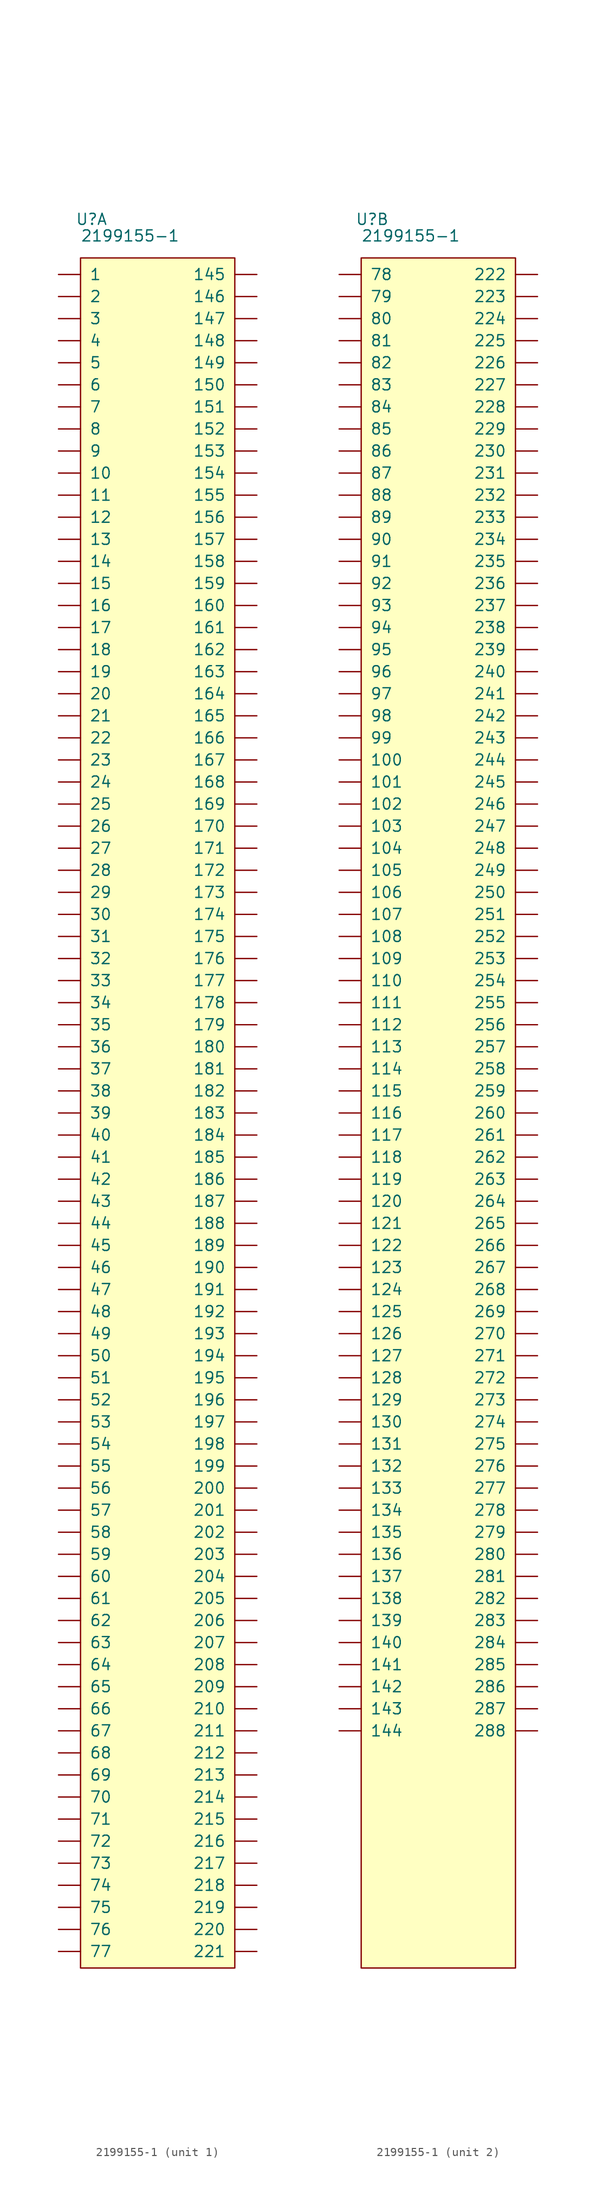
<source format=kicad_sym>
(kicad_symbol_lib
  (version 20211014)
  (generator kicad_symbol_editor)
  (symbol "2199155-1"
    (pin_numbers hide)
    (pin_names
      (offset 1.016))
    (property "Reference" "U"
      (at 7.62 200.66 0)
      (effects (font (size 1.27 1.27))))
    (property "Value" "2199155-1"
      (at 12.065 198.755 0)
      (effects (font (size 1.27 1.27))))
    (symbol "2199155-1_0_1"
      (rectangle (start 6.35 196.215) (end 24.13 -0.635) (stroke (width 0) (type default) (color 0 0 0 0)) (fill (type background))))
    (symbol "2199155-1_1_1"
      (pin input line (at 3.81 194.31 0) (length 2.54) (name "1" (effects (font (size 1.27 1.27)))) (number "1" (effects (font (size 1.27 1.27)))))
      (pin input line (at 3.81 171.45 0) (length 2.54) (name "10" (effects (font (size 1.27 1.27)))) (number "10" (effects (font (size 1.27 1.27)))))
      (pin input line (at 3.81 168.91 0) (length 2.54) (name "11" (effects (font (size 1.27 1.27)))) (number "11" (effects (font (size 1.27 1.27)))))
      (pin input line (at 3.81 166.37 0) (length 2.54) (name "12" (effects (font (size 1.27 1.27)))) (number "12" (effects (font (size 1.27 1.27)))))
      (pin input line (at 3.81 163.83 0) (length 2.54) (name "13" (effects (font (size 1.27 1.27)))) (number "13" (effects (font (size 1.27 1.27)))))
      (pin input line (at 3.81 161.29 0) (length 2.54) (name "14" (effects (font (size 1.27 1.27)))) (number "14" (effects (font (size 1.27 1.27)))))
      (pin input line (at 26.67 194.31 180) (length 2.54) (name "145" (effects (font (size 1.27 1.27)))) (number "145" (effects (font (size 1.27 1.27)))))
      (pin input line (at 26.67 191.77 180) (length 2.54) (name "146" (effects (font (size 1.27 1.27)))) (number "146" (effects (font (size 1.27 1.27)))))
      (pin input line (at 26.67 189.23 180) (length 2.54) (name "147" (effects (font (size 1.27 1.27)))) (number "147" (effects (font (size 1.27 1.27)))))
      (pin input line (at 26.67 186.69 180) (length 2.54) (name "148" (effects (font (size 1.27 1.27)))) (number "148" (effects (font (size 1.27 1.27)))))
      (pin input line (at 26.67 184.15 180) (length 2.54) (name "149" (effects (font (size 1.27 1.27)))) (number "149" (effects (font (size 1.27 1.27)))))
      (pin input line (at 3.81 158.75 0) (length 2.54) (name "15" (effects (font (size 1.27 1.27)))) (number "15" (effects (font (size 1.27 1.27)))))
      (pin input line (at 26.67 181.61 180) (length 2.54) (name "150" (effects (font (size 1.27 1.27)))) (number "150" (effects (font (size 1.27 1.27)))))
      (pin input line (at 26.67 179.07 180) (length 2.54) (name "151" (effects (font (size 1.27 1.27)))) (number "151" (effects (font (size 1.27 1.27)))))
      (pin input line (at 26.67 176.53 180) (length 2.54) (name "152" (effects (font (size 1.27 1.27)))) (number "152" (effects (font (size 1.27 1.27)))))
      (pin input line (at 26.67 173.99 180) (length 2.54) (name "153" (effects (font (size 1.27 1.27)))) (number "153" (effects (font (size 1.27 1.27)))))
      (pin input line (at 26.67 171.45 180) (length 2.54) (name "154" (effects (font (size 1.27 1.27)))) (number "154" (effects (font (size 1.27 1.27)))))
      (pin input line (at 26.67 168.91 180) (length 2.54) (name "155" (effects (font (size 1.27 1.27)))) (number "155" (effects (font (size 1.27 1.27)))))
      (pin input line (at 26.67 166.37 180) (length 2.54) (name "156" (effects (font (size 1.27 1.27)))) (number "156" (effects (font (size 1.27 1.27)))))
      (pin input line (at 26.67 163.83 180) (length 2.54) (name "157" (effects (font (size 1.27 1.27)))) (number "157" (effects (font (size 1.27 1.27)))))
      (pin input line (at 26.67 161.29 180) (length 2.54) (name "158" (effects (font (size 1.27 1.27)))) (number "158" (effects (font (size 1.27 1.27)))))
      (pin input line (at 26.67 158.75 180) (length 2.54) (name "159" (effects (font (size 1.27 1.27)))) (number "159" (effects (font (size 1.27 1.27)))))
      (pin input line (at 3.81 156.21 0) (length 2.54) (name "16" (effects (font (size 1.27 1.27)))) (number "16" (effects (font (size 1.27 1.27)))))
      (pin input line (at 26.67 156.21 180) (length 2.54) (name "160" (effects (font (size 1.27 1.27)))) (number "160" (effects (font (size 1.27 1.27)))))
      (pin input line (at 26.67 153.67 180) (length 2.54) (name "161" (effects (font (size 1.27 1.27)))) (number "161" (effects (font (size 1.27 1.27)))))
      (pin input line (at 26.67 151.13 180) (length 2.54) (name "162" (effects (font (size 1.27 1.27)))) (number "162" (effects (font (size 1.27 1.27)))))
      (pin input line (at 26.67 148.59 180) (length 2.54) (name "163" (effects (font (size 1.27 1.27)))) (number "163" (effects (font (size 1.27 1.27)))))
      (pin input line (at 26.67 146.05 180) (length 2.54) (name "164" (effects (font (size 1.27 1.27)))) (number "164" (effects (font (size 1.27 1.27)))))
      (pin input line (at 26.67 143.51 180) (length 2.54) (name "165" (effects (font (size 1.27 1.27)))) (number "165" (effects (font (size 1.27 1.27)))))
      (pin input line (at 26.67 140.97 180) (length 2.54) (name "166" (effects (font (size 1.27 1.27)))) (number "166" (effects (font (size 1.27 1.27)))))
      (pin input line (at 26.67 138.43 180) (length 2.54) (name "167" (effects (font (size 1.27 1.27)))) (number "167" (effects (font (size 1.27 1.27)))))
      (pin input line (at 26.67 135.89 180) (length 2.54) (name "168" (effects (font (size 1.27 1.27)))) (number "168" (effects (font (size 1.27 1.27)))))
      (pin input line (at 26.67 133.35 180) (length 2.54) (name "169" (effects (font (size 1.27 1.27)))) (number "169" (effects (font (size 1.27 1.27)))))
      (pin input line (at 3.81 153.67 0) (length 2.54) (name "17" (effects (font (size 1.27 1.27)))) (number "17" (effects (font (size 1.27 1.27)))))
      (pin input line (at 26.67 130.81 180) (length 2.54) (name "170" (effects (font (size 1.27 1.27)))) (number "170" (effects (font (size 1.27 1.27)))))
      (pin input line (at 26.67 128.27 180) (length 2.54) (name "171" (effects (font (size 1.27 1.27)))) (number "171" (effects (font (size 1.27 1.27)))))
      (pin input line (at 26.67 125.73 180) (length 2.54) (name "172" (effects (font (size 1.27 1.27)))) (number "172" (effects (font (size 1.27 1.27)))))
      (pin input line (at 26.67 123.19 180) (length 2.54) (name "173" (effects (font (size 1.27 1.27)))) (number "173" (effects (font (size 1.27 1.27)))))
      (pin input line (at 26.67 120.65 180) (length 2.54) (name "174" (effects (font (size 1.27 1.27)))) (number "174" (effects (font (size 1.27 1.27)))))
      (pin input line (at 26.67 118.11 180) (length 2.54) (name "175" (effects (font (size 1.27 1.27)))) (number "175" (effects (font (size 1.27 1.27)))))
      (pin input line (at 26.67 115.57 180) (length 2.54) (name "176" (effects (font (size 1.27 1.27)))) (number "176" (effects (font (size 1.27 1.27)))))
      (pin input line (at 26.67 113.03 180) (length 2.54) (name "177" (effects (font (size 1.27 1.27)))) (number "177" (effects (font (size 1.27 1.27)))))
      (pin input line (at 26.67 110.49 180) (length 2.54) (name "178" (effects (font (size 1.27 1.27)))) (number "178" (effects (font (size 1.27 1.27)))))
      (pin input line (at 26.67 107.95 180) (length 2.54) (name "179" (effects (font (size 1.27 1.27)))) (number "179" (effects (font (size 1.27 1.27)))))
      (pin input line (at 3.81 151.13 0) (length 2.54) (name "18" (effects (font (size 1.27 1.27)))) (number "18" (effects (font (size 1.27 1.27)))))
      (pin input line (at 26.67 105.41 180) (length 2.54) (name "180" (effects (font (size 1.27 1.27)))) (number "180" (effects (font (size 1.27 1.27)))))
      (pin input line (at 26.67 102.87 180) (length 2.54) (name "181" (effects (font (size 1.27 1.27)))) (number "181" (effects (font (size 1.27 1.27)))))
      (pin input line (at 26.67 100.33 180) (length 2.54) (name "182" (effects (font (size 1.27 1.27)))) (number "182" (effects (font (size 1.27 1.27)))))
      (pin input line (at 26.67 97.79 180) (length 2.54) (name "183" (effects (font (size 1.27 1.27)))) (number "183" (effects (font (size 1.27 1.27)))))
      (pin input line (at 26.67 95.25 180) (length 2.54) (name "184" (effects (font (size 1.27 1.27)))) (number "184" (effects (font (size 1.27 1.27)))))
      (pin input line (at 26.67 92.71 180) (length 2.54) (name "185" (effects (font (size 1.27 1.27)))) (number "185" (effects (font (size 1.27 1.27)))))
      (pin input line (at 26.67 90.17 180) (length 2.54) (name "186" (effects (font (size 1.27 1.27)))) (number "186" (effects (font (size 1.27 1.27)))))
      (pin input line (at 26.67 87.63 180) (length 2.54) (name "187" (effects (font (size 1.27 1.27)))) (number "187" (effects (font (size 1.27 1.27)))))
      (pin input line (at 26.67 85.09 180) (length 2.54) (name "188" (effects (font (size 1.27 1.27)))) (number "188" (effects (font (size 1.27 1.27)))))
      (pin input line (at 26.67 82.55 180) (length 2.54) (name "189" (effects (font (size 1.27 1.27)))) (number "189" (effects (font (size 1.27 1.27)))))
      (pin input line (at 3.81 148.59 0) (length 2.54) (name "19" (effects (font (size 1.27 1.27)))) (number "19" (effects (font (size 1.27 1.27)))))
      (pin input line (at 26.67 80.01 180) (length 2.54) (name "190" (effects (font (size 1.27 1.27)))) (number "190" (effects (font (size 1.27 1.27)))))
      (pin input line (at 26.67 77.47 180) (length 2.54) (name "191" (effects (font (size 1.27 1.27)))) (number "191" (effects (font (size 1.27 1.27)))))
      (pin input line (at 26.67 74.93 180) (length 2.54) (name "192" (effects (font (size 1.27 1.27)))) (number "192" (effects (font (size 1.27 1.27)))))
      (pin input line (at 26.67 72.39 180) (length 2.54) (name "193" (effects (font (size 1.27 1.27)))) (number "193" (effects (font (size 1.27 1.27)))))
      (pin input line (at 26.67 69.85 180) (length 2.54) (name "194" (effects (font (size 1.27 1.27)))) (number "194" (effects (font (size 1.27 1.27)))))
      (pin input line (at 26.67 67.31 180) (length 2.54) (name "195" (effects (font (size 1.27 1.27)))) (number "195" (effects (font (size 1.27 1.27)))))
      (pin input line (at 26.67 64.77 180) (length 2.54) (name "196" (effects (font (size 1.27 1.27)))) (number "196" (effects (font (size 1.27 1.27)))))
      (pin input line (at 26.67 62.23 180) (length 2.54) (name "197" (effects (font (size 1.27 1.27)))) (number "197" (effects (font (size 1.27 1.27)))))
      (pin input line (at 26.67 59.69 180) (length 2.54) (name "198" (effects (font (size 1.27 1.27)))) (number "198" (effects (font (size 1.27 1.27)))))
      (pin input line (at 26.67 57.15 180) (length 2.54) (name "199" (effects (font (size 1.27 1.27)))) (number "199" (effects (font (size 1.27 1.27)))))
      (pin input line (at 3.81 191.77 0) (length 2.54) (name "2" (effects (font (size 1.27 1.27)))) (number "2" (effects (font (size 1.27 1.27)))))
      (pin input line (at 3.81 146.05 0) (length 2.54) (name "20" (effects (font (size 1.27 1.27)))) (number "20" (effects (font (size 1.27 1.27)))))
      (pin input line (at 26.67 54.61 180) (length 2.54) (name "200" (effects (font (size 1.27 1.27)))) (number "200" (effects (font (size 1.27 1.27)))))
      (pin input line (at 26.67 52.07 180) (length 2.54) (name "201" (effects (font (size 1.27 1.27)))) (number "201" (effects (font (size 1.27 1.27)))))
      (pin input line (at 26.67 49.53 180) (length 2.54) (name "202" (effects (font (size 1.27 1.27)))) (number "202" (effects (font (size 1.27 1.27)))))
      (pin input line (at 26.67 46.99 180) (length 2.54) (name "203" (effects (font (size 1.27 1.27)))) (number "203" (effects (font (size 1.27 1.27)))))
      (pin input line (at 26.67 44.45 180) (length 2.54) (name "204" (effects (font (size 1.27 1.27)))) (number "204" (effects (font (size 1.27 1.27)))))
      (pin input line (at 26.67 41.91 180) (length 2.54) (name "205" (effects (font (size 1.27 1.27)))) (number "205" (effects (font (size 1.27 1.27)))))
      (pin input line (at 26.67 39.37 180) (length 2.54) (name "206" (effects (font (size 1.27 1.27)))) (number "206" (effects (font (size 1.27 1.27)))))
      (pin input line (at 26.67 36.83 180) (length 2.54) (name "207" (effects (font (size 1.27 1.27)))) (number "207" (effects (font (size 1.27 1.27)))))
      (pin input line (at 26.67 34.29 180) (length 2.54) (name "208" (effects (font (size 1.27 1.27)))) (number "208" (effects (font (size 1.27 1.27)))))
      (pin input line (at 26.67 31.75 180) (length 2.54) (name "209" (effects (font (size 1.27 1.27)))) (number "209" (effects (font (size 1.27 1.27)))))
      (pin input line (at 3.81 143.51 0) (length 2.54) (name "21" (effects (font (size 1.27 1.27)))) (number "21" (effects (font (size 1.27 1.27)))))
      (pin input line (at 26.67 29.21 180) (length 2.54) (name "210" (effects (font (size 1.27 1.27)))) (number "210" (effects (font (size 1.27 1.27)))))
      (pin input line (at 26.67 26.67 180) (length 2.54) (name "211" (effects (font (size 1.27 1.27)))) (number "211" (effects (font (size 1.27 1.27)))))
      (pin input line (at 26.67 24.13 180) (length 2.54) (name "212" (effects (font (size 1.27 1.27)))) (number "212" (effects (font (size 1.27 1.27)))))
      (pin input line (at 26.67 21.59 180) (length 2.54) (name "213" (effects (font (size 1.27 1.27)))) (number "213" (effects (font (size 1.27 1.27)))))
      (pin input line (at 26.67 19.05 180) (length 2.54) (name "214" (effects (font (size 1.27 1.27)))) (number "214" (effects (font (size 1.27 1.27)))))
      (pin input line (at 26.67 16.51 180) (length 2.54) (name "215" (effects (font (size 1.27 1.27)))) (number "215" (effects (font (size 1.27 1.27)))))
      (pin input line (at 26.67 13.97 180) (length 2.54) (name "216" (effects (font (size 1.27 1.27)))) (number "216" (effects (font (size 1.27 1.27)))))
      (pin input line (at 26.67 11.43 180) (length 2.54) (name "217" (effects (font (size 1.27 1.27)))) (number "217" (effects (font (size 1.27 1.27)))))
      (pin input line (at 26.67 8.89 180) (length 2.54) (name "218" (effects (font (size 1.27 1.27)))) (number "218" (effects (font (size 1.27 1.27)))))
      (pin input line (at 26.67 6.35 180) (length 2.54) (name "219" (effects (font (size 1.27 1.27)))) (number "219" (effects (font (size 1.27 1.27)))))
      (pin input line (at 3.81 140.97 0) (length 2.54) (name "22" (effects (font (size 1.27 1.27)))) (number "22" (effects (font (size 1.27 1.27)))))
      (pin input line (at 26.67 3.81 180) (length 2.54) (name "220" (effects (font (size 1.27 1.27)))) (number "220" (effects (font (size 1.27 1.27)))))
      (pin input line (at 26.67 1.27 180) (length 2.54) (name "221" (effects (font (size 1.27 1.27)))) (number "221" (effects (font (size 1.27 1.27)))))
      (pin input line (at 3.81 138.43 0) (length 2.54) (name "23" (effects (font (size 1.27 1.27)))) (number "23" (effects (font (size 1.27 1.27)))))
      (pin input line (at 3.81 135.89 0) (length 2.54) (name "24" (effects (font (size 1.27 1.27)))) (number "24" (effects (font (size 1.27 1.27)))))
      (pin input line (at 3.81 133.35 0) (length 2.54) (name "25" (effects (font (size 1.27 1.27)))) (number "25" (effects (font (size 1.27 1.27)))))
      (pin input line (at 3.81 130.81 0) (length 2.54) (name "26" (effects (font (size 1.27 1.27)))) (number "26" (effects (font (size 1.27 1.27)))))
      (pin input line (at 3.81 128.27 0) (length 2.54) (name "27" (effects (font (size 1.27 1.27)))) (number "27" (effects (font (size 1.27 1.27)))))
      (pin input line (at 3.81 125.73 0) (length 2.54) (name "28" (effects (font (size 1.27 1.27)))) (number "28" (effects (font (size 1.27 1.27)))))
      (pin input line (at 3.81 123.19 0) (length 2.54) (name "29" (effects (font (size 1.27 1.27)))) (number "29" (effects (font (size 1.27 1.27)))))
      (pin input line (at 3.81 189.23 0) (length 2.54) (name "3" (effects (font (size 1.27 1.27)))) (number "3" (effects (font (size 1.27 1.27)))))
      (pin input line (at 3.81 120.65 0) (length 2.54) (name "30" (effects (font (size 1.27 1.27)))) (number "30" (effects (font (size 1.27 1.27)))))
      (pin input line (at 3.81 118.11 0) (length 2.54) (name "31" (effects (font (size 1.27 1.27)))) (number "31" (effects (font (size 1.27 1.27)))))
      (pin input line (at 3.81 115.57 0) (length 2.54) (name "32" (effects (font (size 1.27 1.27)))) (number "32" (effects (font (size 1.27 1.27)))))
      (pin input line (at 3.81 113.03 0) (length 2.54) (name "33" (effects (font (size 1.27 1.27)))) (number "33" (effects (font (size 1.27 1.27)))))
      (pin input line (at 3.81 110.49 0) (length 2.54) (name "34" (effects (font (size 1.27 1.27)))) (number "34" (effects (font (size 1.27 1.27)))))
      (pin input line (at 3.81 107.95 0) (length 2.54) (name "35" (effects (font (size 1.27 1.27)))) (number "35" (effects (font (size 1.27 1.27)))))
      (pin input line (at 3.81 105.41 0) (length 2.54) (name "36" (effects (font (size 1.27 1.27)))) (number "36" (effects (font (size 1.27 1.27)))))
      (pin input line (at 3.81 102.87 0) (length 2.54) (name "37" (effects (font (size 1.27 1.27)))) (number "37" (effects (font (size 1.27 1.27)))))
      (pin input line (at 3.81 100.33 0) (length 2.54) (name "38" (effects (font (size 1.27 1.27)))) (number "38" (effects (font (size 1.27 1.27)))))
      (pin input line (at 3.81 97.79 0) (length 2.54) (name "39" (effects (font (size 1.27 1.27)))) (number "39" (effects (font (size 1.27 1.27)))))
      (pin input line (at 3.81 186.69 0) (length 2.54) (name "4" (effects (font (size 1.27 1.27)))) (number "4" (effects (font (size 1.27 1.27)))))
      (pin input line (at 3.81 95.25 0) (length 2.54) (name "40" (effects (font (size 1.27 1.27)))) (number "40" (effects (font (size 1.27 1.27)))))
      (pin input line (at 3.81 92.71 0) (length 2.54) (name "41" (effects (font (size 1.27 1.27)))) (number "41" (effects (font (size 1.27 1.27)))))
      (pin input line (at 3.81 90.17 0) (length 2.54) (name "42" (effects (font (size 1.27 1.27)))) (number "42" (effects (font (size 1.27 1.27)))))
      (pin input line (at 3.81 87.63 0) (length 2.54) (name "43" (effects (font (size 1.27 1.27)))) (number "43" (effects (font (size 1.27 1.27)))))
      (pin input line (at 3.81 85.09 0) (length 2.54) (name "44" (effects (font (size 1.27 1.27)))) (number "44" (effects (font (size 1.27 1.27)))))
      (pin input line (at 3.81 82.55 0) (length 2.54) (name "45" (effects (font (size 1.27 1.27)))) (number "45" (effects (font (size 1.27 1.27)))))
      (pin input line (at 3.81 80.01 0) (length 2.54) (name "46" (effects (font (size 1.27 1.27)))) (number "46" (effects (font (size 1.27 1.27)))))
      (pin input line (at 3.81 77.47 0) (length 2.54) (name "47" (effects (font (size 1.27 1.27)))) (number "47" (effects (font (size 1.27 1.27)))))
      (pin input line (at 3.81 74.93 0) (length 2.54) (name "48" (effects (font (size 1.27 1.27)))) (number "48" (effects (font (size 1.27 1.27)))))
      (pin input line (at 3.81 72.39 0) (length 2.54) (name "49" (effects (font (size 1.27 1.27)))) (number "49" (effects (font (size 1.27 1.27)))))
      (pin input line (at 3.81 184.15 0) (length 2.54) (name "5" (effects (font (size 1.27 1.27)))) (number "5" (effects (font (size 1.27 1.27)))))
      (pin input line (at 3.81 69.85 0) (length 2.54) (name "50" (effects (font (size 1.27 1.27)))) (number "50" (effects (font (size 1.27 1.27)))))
      (pin input line (at 3.81 67.31 0) (length 2.54) (name "51" (effects (font (size 1.27 1.27)))) (number "51" (effects (font (size 1.27 1.27)))))
      (pin input line (at 3.81 64.77 0) (length 2.54) (name "52" (effects (font (size 1.27 1.27)))) (number "52" (effects (font (size 1.27 1.27)))))
      (pin input line (at 3.81 62.23 0) (length 2.54) (name "53" (effects (font (size 1.27 1.27)))) (number "53" (effects (font (size 1.27 1.27)))))
      (pin input line (at 3.81 59.69 0) (length 2.54) (name "54" (effects (font (size 1.27 1.27)))) (number "54" (effects (font (size 1.27 1.27)))))
      (pin input line (at 3.81 57.15 0) (length 2.54) (name "55" (effects (font (size 1.27 1.27)))) (number "55" (effects (font (size 1.27 1.27)))))
      (pin input line (at 3.81 54.61 0) (length 2.54) (name "56" (effects (font (size 1.27 1.27)))) (number "56" (effects (font (size 1.27 1.27)))))
      (pin input line (at 3.81 52.07 0) (length 2.54) (name "57" (effects (font (size 1.27 1.27)))) (number "57" (effects (font (size 1.27 1.27)))))
      (pin input line (at 3.81 49.53 0) (length 2.54) (name "58" (effects (font (size 1.27 1.27)))) (number "58" (effects (font (size 1.27 1.27)))))
      (pin input line (at 3.81 46.99 0) (length 2.54) (name "59" (effects (font (size 1.27 1.27)))) (number "59" (effects (font (size 1.27 1.27)))))
      (pin input line (at 3.81 181.61 0) (length 2.54) (name "6" (effects (font (size 1.27 1.27)))) (number "6" (effects (font (size 1.27 1.27)))))
      (pin input line (at 3.81 44.45 0) (length 2.54) (name "60" (effects (font (size 1.27 1.27)))) (number "60" (effects (font (size 1.27 1.27)))))
      (pin input line (at 3.81 41.91 0) (length 2.54) (name "61" (effects (font (size 1.27 1.27)))) (number "61" (effects (font (size 1.27 1.27)))))
      (pin input line (at 3.81 39.37 0) (length 2.54) (name "62" (effects (font (size 1.27 1.27)))) (number "62" (effects (font (size 1.27 1.27)))))
      (pin input line (at 3.81 36.83 0) (length 2.54) (name "63" (effects (font (size 1.27 1.27)))) (number "63" (effects (font (size 1.27 1.27)))))
      (pin input line (at 3.81 34.29 0) (length 2.54) (name "64" (effects (font (size 1.27 1.27)))) (number "64" (effects (font (size 1.27 1.27)))))
      (pin input line (at 3.81 31.75 0) (length 2.54) (name "65" (effects (font (size 1.27 1.27)))) (number "65" (effects (font (size 1.27 1.27)))))
      (pin input line (at 3.81 29.21 0) (length 2.54) (name "66" (effects (font (size 1.27 1.27)))) (number "66" (effects (font (size 1.27 1.27)))))
      (pin input line (at 3.81 26.67 0) (length 2.54) (name "67" (effects (font (size 1.27 1.27)))) (number "67" (effects (font (size 1.27 1.27)))))
      (pin input line (at 3.81 24.13 0) (length 2.54) (name "68" (effects (font (size 1.27 1.27)))) (number "68" (effects (font (size 1.27 1.27)))))
      (pin input line (at 3.81 21.59 0) (length 2.54) (name "69" (effects (font (size 1.27 1.27)))) (number "69" (effects (font (size 1.27 1.27)))))
      (pin input line (at 3.81 179.07 0) (length 2.54) (name "7" (effects (font (size 1.27 1.27)))) (number "7" (effects (font (size 1.27 1.27)))))
      (pin input line (at 3.81 19.05 0) (length 2.54) (name "70" (effects (font (size 1.27 1.27)))) (number "70" (effects (font (size 1.27 1.27)))))
      (pin input line (at 3.81 16.51 0) (length 2.54) (name "71" (effects (font (size 1.27 1.27)))) (number "71" (effects (font (size 1.27 1.27)))))
      (pin input line (at 3.81 13.97 0) (length 2.54) (name "72" (effects (font (size 1.27 1.27)))) (number "72" (effects (font (size 1.27 1.27)))))
      (pin input line (at 3.81 11.43 0) (length 2.54) (name "73" (effects (font (size 1.27 1.27)))) (number "73" (effects (font (size 1.27 1.27)))))
      (pin input line (at 3.81 8.89 0) (length 2.54) (name "74" (effects (font (size 1.27 1.27)))) (number "74" (effects (font (size 1.27 1.27)))))
      (pin input line (at 3.81 6.35 0) (length 2.54) (name "75" (effects (font (size 1.27 1.27)))) (number "75" (effects (font (size 1.27 1.27)))))
      (pin input line (at 3.81 3.81 0) (length 2.54) (name "76" (effects (font (size 1.27 1.27)))) (number "76" (effects (font (size 1.27 1.27)))))
      (pin input line (at 3.81 1.27 0) (length 2.54) (name "77" (effects (font (size 1.27 1.27)))) (number "77" (effects (font (size 1.27 1.27)))))
      (pin input line (at 3.81 176.53 0) (length 2.54) (name "8" (effects (font (size 1.27 1.27)))) (number "8" (effects (font (size 1.27 1.27)))))
      (pin input line (at 3.81 173.99 0) (length 2.54) (name "9" (effects (font (size 1.27 1.27)))) (number "9" (effects (font (size 1.27 1.27))))))
    (symbol "2199155-1_2_1"
      (pin input line (at 3.81 138.43 0) (length 2.54) (name "100" (effects (font (size 1.27 1.27)))) (number "100" (effects (font (size 1.27 1.27)))))
      (pin input line (at 3.81 135.89 0) (length 2.54) (name "101" (effects (font (size 1.27 1.27)))) (number "101" (effects (font (size 1.27 1.27)))))
      (pin input line (at 3.81 133.35 0) (length 2.54) (name "102" (effects (font (size 1.27 1.27)))) (number "102" (effects (font (size 1.27 1.27)))))
      (pin input line (at 3.81 130.81 0) (length 2.54) (name "103" (effects (font (size 1.27 1.27)))) (number "103" (effects (font (size 1.27 1.27)))))
      (pin input line (at 3.81 128.27 0) (length 2.54) (name "104" (effects (font (size 1.27 1.27)))) (number "104" (effects (font (size 1.27 1.27)))))
      (pin input line (at 3.81 125.73 0) (length 2.54) (name "105" (effects (font (size 1.27 1.27)))) (number "105" (effects (font (size 1.27 1.27)))))
      (pin input line (at 3.81 123.19 0) (length 2.54) (name "106" (effects (font (size 1.27 1.27)))) (number "106" (effects (font (size 1.27 1.27)))))
      (pin input line (at 3.81 120.65 0) (length 2.54) (name "107" (effects (font (size 1.27 1.27)))) (number "107" (effects (font (size 1.27 1.27)))))
      (pin input line (at 3.81 118.11 0) (length 2.54) (name "108" (effects (font (size 1.27 1.27)))) (number "108" (effects (font (size 1.27 1.27)))))
      (pin input line (at 3.81 115.57 0) (length 2.54) (name "109" (effects (font (size 1.27 1.27)))) (number "109" (effects (font (size 1.27 1.27)))))
      (pin input line (at 3.81 113.03 0) (length 2.54) (name "110" (effects (font (size 1.27 1.27)))) (number "110" (effects (font (size 1.27 1.27)))))
      (pin input line (at 3.81 110.49 0) (length 2.54) (name "111" (effects (font (size 1.27 1.27)))) (number "111" (effects (font (size 1.27 1.27)))))
      (pin input line (at 3.81 107.95 0) (length 2.54) (name "112" (effects (font (size 1.27 1.27)))) (number "112" (effects (font (size 1.27 1.27)))))
      (pin input line (at 3.81 105.41 0) (length 2.54) (name "113" (effects (font (size 1.27 1.27)))) (number "113" (effects (font (size 1.27 1.27)))))
      (pin input line (at 3.81 102.87 0) (length 2.54) (name "114" (effects (font (size 1.27 1.27)))) (number "114" (effects (font (size 1.27 1.27)))))
      (pin input line (at 3.81 100.33 0) (length 2.54) (name "115" (effects (font (size 1.27 1.27)))) (number "115" (effects (font (size 1.27 1.27)))))
      (pin input line (at 3.81 97.79 0) (length 2.54) (name "116" (effects (font (size 1.27 1.27)))) (number "116" (effects (font (size 1.27 1.27)))))
      (pin input line (at 3.81 95.25 0) (length 2.54) (name "117" (effects (font (size 1.27 1.27)))) (number "117" (effects (font (size 1.27 1.27)))))
      (pin input line (at 3.81 92.71 0) (length 2.54) (name "118" (effects (font (size 1.27 1.27)))) (number "118" (effects (font (size 1.27 1.27)))))
      (pin input line (at 3.81 90.17 0) (length 2.54) (name "119" (effects (font (size 1.27 1.27)))) (number "119" (effects (font (size 1.27 1.27)))))
      (pin input line (at 3.81 87.63 0) (length 2.54) (name "120" (effects (font (size 1.27 1.27)))) (number "120" (effects (font (size 1.27 1.27)))))
      (pin input line (at 3.81 85.09 0) (length 2.54) (name "121" (effects (font (size 1.27 1.27)))) (number "121" (effects (font (size 1.27 1.27)))))
      (pin input line (at 3.81 82.55 0) (length 2.54) (name "122" (effects (font (size 1.27 1.27)))) (number "122" (effects (font (size 1.27 1.27)))))
      (pin input line (at 3.81 80.01 0) (length 2.54) (name "123" (effects (font (size 1.27 1.27)))) (number "123" (effects (font (size 1.27 1.27)))))
      (pin input line (at 3.81 77.47 0) (length 2.54) (name "124" (effects (font (size 1.27 1.27)))) (number "124" (effects (font (size 1.27 1.27)))))
      (pin input line (at 3.81 74.93 0) (length 2.54) (name "125" (effects (font (size 1.27 1.27)))) (number "125" (effects (font (size 1.27 1.27)))))
      (pin input line (at 3.81 72.39 0) (length 2.54) (name "126" (effects (font (size 1.27 1.27)))) (number "126" (effects (font (size 1.27 1.27)))))
      (pin input line (at 3.81 69.85 0) (length 2.54) (name "127" (effects (font (size 1.27 1.27)))) (number "127" (effects (font (size 1.27 1.27)))))
      (pin input line (at 3.81 67.31 0) (length 2.54) (name "128" (effects (font (size 1.27 1.27)))) (number "128" (effects (font (size 1.27 1.27)))))
      (pin input line (at 3.81 64.77 0) (length 2.54) (name "129" (effects (font (size 1.27 1.27)))) (number "129" (effects (font (size 1.27 1.27)))))
      (pin input line (at 3.81 62.23 0) (length 2.54) (name "130" (effects (font (size 1.27 1.27)))) (number "130" (effects (font (size 1.27 1.27)))))
      (pin input line (at 3.81 59.69 0) (length 2.54) (name "131" (effects (font (size 1.27 1.27)))) (number "131" (effects (font (size 1.27 1.27)))))
      (pin input line (at 3.81 57.15 0) (length 2.54) (name "132" (effects (font (size 1.27 1.27)))) (number "132" (effects (font (size 1.27 1.27)))))
      (pin input line (at 3.81 54.61 0) (length 2.54) (name "133" (effects (font (size 1.27 1.27)))) (number "133" (effects (font (size 1.27 1.27)))))
      (pin input line (at 3.81 52.07 0) (length 2.54) (name "134" (effects (font (size 1.27 1.27)))) (number "134" (effects (font (size 1.27 1.27)))))
      (pin input line (at 3.81 49.53 0) (length 2.54) (name "135" (effects (font (size 1.27 1.27)))) (number "135" (effects (font (size 1.27 1.27)))))
      (pin input line (at 3.81 46.99 0) (length 2.54) (name "136" (effects (font (size 1.27 1.27)))) (number "136" (effects (font (size 1.27 1.27)))))
      (pin input line (at 3.81 44.45 0) (length 2.54) (name "137" (effects (font (size 1.27 1.27)))) (number "137" (effects (font (size 1.27 1.27)))))
      (pin input line (at 3.81 41.91 0) (length 2.54) (name "138" (effects (font (size 1.27 1.27)))) (number "138" (effects (font (size 1.27 1.27)))))
      (pin input line (at 3.81 39.37 0) (length 2.54) (name "139" (effects (font (size 1.27 1.27)))) (number "139" (effects (font (size 1.27 1.27)))))
      (pin input line (at 3.81 36.83 0) (length 2.54) (name "140" (effects (font (size 1.27 1.27)))) (number "140" (effects (font (size 1.27 1.27)))))
      (pin input line (at 3.81 34.29 0) (length 2.54) (name "141" (effects (font (size 1.27 1.27)))) (number "141" (effects (font (size 1.27 1.27)))))
      (pin input line (at 3.81 31.75 0) (length 2.54) (name "142" (effects (font (size 1.27 1.27)))) (number "142" (effects (font (size 1.27 1.27)))))
      (pin input line (at 3.81 29.21 0) (length 2.54) (name "143" (effects (font (size 1.27 1.27)))) (number "143" (effects (font (size 1.27 1.27)))))
      (pin input line (at 3.81 26.67 0) (length 2.54) (name "144" (effects (font (size 1.27 1.27)))) (number "144" (effects (font (size 1.27 1.27)))))
      (pin input line (at 26.67 194.31 180) (length 2.54) (name "222" (effects (font (size 1.27 1.27)))) (number "222" (effects (font (size 1.27 1.27)))))
      (pin input line (at 26.67 191.77 180) (length 2.54) (name "223" (effects (font (size 1.27 1.27)))) (number "223" (effects (font (size 1.27 1.27)))))
      (pin input line (at 26.67 189.23 180) (length 2.54) (name "224" (effects (font (size 1.27 1.27)))) (number "224" (effects (font (size 1.27 1.27)))))
      (pin input line (at 26.67 186.69 180) (length 2.54) (name "225" (effects (font (size 1.27 1.27)))) (number "225" (effects (font (size 1.27 1.27)))))
      (pin input line (at 26.67 184.15 180) (length 2.54) (name "226" (effects (font (size 1.27 1.27)))) (number "226" (effects (font (size 1.27 1.27)))))
      (pin input line (at 26.67 181.61 180) (length 2.54) (name "227" (effects (font (size 1.27 1.27)))) (number "227" (effects (font (size 1.27 1.27)))))
      (pin input line (at 26.67 179.07 180) (length 2.54) (name "228" (effects (font (size 1.27 1.27)))) (number "228" (effects (font (size 1.27 1.27)))))
      (pin input line (at 26.67 176.53 180) (length 2.54) (name "229" (effects (font (size 1.27 1.27)))) (number "229" (effects (font (size 1.27 1.27)))))
      (pin input line (at 26.67 173.99 180) (length 2.54) (name "230" (effects (font (size 1.27 1.27)))) (number "230" (effects (font (size 1.27 1.27)))))
      (pin input line (at 26.67 171.45 180) (length 2.54) (name "231" (effects (font (size 1.27 1.27)))) (number "231" (effects (font (size 1.27 1.27)))))
      (pin input line (at 26.67 168.91 180) (length 2.54) (name "232" (effects (font (size 1.27 1.27)))) (number "232" (effects (font (size 1.27 1.27)))))
      (pin input line (at 26.67 166.37 180) (length 2.54) (name "233" (effects (font (size 1.27 1.27)))) (number "233" (effects (font (size 1.27 1.27)))))
      (pin input line (at 26.67 163.83 180) (length 2.54) (name "234" (effects (font (size 1.27 1.27)))) (number "234" (effects (font (size 1.27 1.27)))))
      (pin input line (at 26.67 161.29 180) (length 2.54) (name "235" (effects (font (size 1.27 1.27)))) (number "235" (effects (font (size 1.27 1.27)))))
      (pin input line (at 26.67 158.75 180) (length 2.54) (name "236" (effects (font (size 1.27 1.27)))) (number "236" (effects (font (size 1.27 1.27)))))
      (pin input line (at 26.67 156.21 180) (length 2.54) (name "237" (effects (font (size 1.27 1.27)))) (number "237" (effects (font (size 1.27 1.27)))))
      (pin input line (at 26.67 153.67 180) (length 2.54) (name "238" (effects (font (size 1.27 1.27)))) (number "238" (effects (font (size 1.27 1.27)))))
      (pin input line (at 26.67 151.13 180) (length 2.54) (name "239" (effects (font (size 1.27 1.27)))) (number "239" (effects (font (size 1.27 1.27)))))
      (pin input line (at 26.67 148.59 180) (length 2.54) (name "240" (effects (font (size 1.27 1.27)))) (number "240" (effects (font (size 1.27 1.27)))))
      (pin input line (at 26.67 146.05 180) (length 2.54) (name "241" (effects (font (size 1.27 1.27)))) (number "241" (effects (font (size 1.27 1.27)))))
      (pin input line (at 26.67 143.51 180) (length 2.54) (name "242" (effects (font (size 1.27 1.27)))) (number "242" (effects (font (size 1.27 1.27)))))
      (pin input line (at 26.67 140.97 180) (length 2.54) (name "243" (effects (font (size 1.27 1.27)))) (number "243" (effects (font (size 1.27 1.27)))))
      (pin input line (at 26.67 138.43 180) (length 2.54) (name "244" (effects (font (size 1.27 1.27)))) (number "244" (effects (font (size 1.27 1.27)))))
      (pin input line (at 26.67 135.89 180) (length 2.54) (name "245" (effects (font (size 1.27 1.27)))) (number "245" (effects (font (size 1.27 1.27)))))
      (pin input line (at 26.67 133.35 180) (length 2.54) (name "246" (effects (font (size 1.27 1.27)))) (number "246" (effects (font (size 1.27 1.27)))))
      (pin input line (at 26.67 130.81 180) (length 2.54) (name "247" (effects (font (size 1.27 1.27)))) (number "247" (effects (font (size 1.27 1.27)))))
      (pin input line (at 26.67 128.27 180) (length 2.54) (name "248" (effects (font (size 1.27 1.27)))) (number "248" (effects (font (size 1.27 1.27)))))
      (pin input line (at 26.67 125.73 180) (length 2.54) (name "249" (effects (font (size 1.27 1.27)))) (number "249" (effects (font (size 1.27 1.27)))))
      (pin input line (at 26.67 123.19 180) (length 2.54) (name "250" (effects (font (size 1.27 1.27)))) (number "250" (effects (font (size 1.27 1.27)))))
      (pin input line (at 26.67 120.65 180) (length 2.54) (name "251" (effects (font (size 1.27 1.27)))) (number "251" (effects (font (size 1.27 1.27)))))
      (pin input line (at 26.67 118.11 180) (length 2.54) (name "252" (effects (font (size 1.27 1.27)))) (number "252" (effects (font (size 1.27 1.27)))))
      (pin input line (at 26.67 115.57 180) (length 2.54) (name "253" (effects (font (size 1.27 1.27)))) (number "253" (effects (font (size 1.27 1.27)))))
      (pin input line (at 26.67 113.03 180) (length 2.54) (name "254" (effects (font (size 1.27 1.27)))) (number "254" (effects (font (size 1.27 1.27)))))
      (pin input line (at 26.67 110.49 180) (length 2.54) (name "255" (effects (font (size 1.27 1.27)))) (number "255" (effects (font (size 1.27 1.27)))))
      (pin input line (at 26.67 107.95 180) (length 2.54) (name "256" (effects (font (size 1.27 1.27)))) (number "256" (effects (font (size 1.27 1.27)))))
      (pin input line (at 26.67 105.41 180) (length 2.54) (name "257" (effects (font (size 1.27 1.27)))) (number "257" (effects (font (size 1.27 1.27)))))
      (pin input line (at 26.67 102.87 180) (length 2.54) (name "258" (effects (font (size 1.27 1.27)))) (number "258" (effects (font (size 1.27 1.27)))))
      (pin input line (at 26.67 100.33 180) (length 2.54) (name "259" (effects (font (size 1.27 1.27)))) (number "259" (effects (font (size 1.27 1.27)))))
      (pin input line (at 26.67 97.79 180) (length 2.54) (name "260" (effects (font (size 1.27 1.27)))) (number "260" (effects (font (size 1.27 1.27)))))
      (pin input line (at 26.67 95.25 180) (length 2.54) (name "261" (effects (font (size 1.27 1.27)))) (number "261" (effects (font (size 1.27 1.27)))))
      (pin input line (at 26.67 92.71 180) (length 2.54) (name "262" (effects (font (size 1.27 1.27)))) (number "262" (effects (font (size 1.27 1.27)))))
      (pin input line (at 26.67 90.17 180) (length 2.54) (name "263" (effects (font (size 1.27 1.27)))) (number "263" (effects (font (size 1.27 1.27)))))
      (pin input line (at 26.67 87.63 180) (length 2.54) (name "264" (effects (font (size 1.27 1.27)))) (number "264" (effects (font (size 1.27 1.27)))))
      (pin input line (at 26.67 85.09 180) (length 2.54) (name "265" (effects (font (size 1.27 1.27)))) (number "265" (effects (font (size 1.27 1.27)))))
      (pin input line (at 26.67 82.55 180) (length 2.54) (name "266" (effects (font (size 1.27 1.27)))) (number "266" (effects (font (size 1.27 1.27)))))
      (pin input line (at 26.67 80.01 180) (length 2.54) (name "267" (effects (font (size 1.27 1.27)))) (number "267" (effects (font (size 1.27 1.27)))))
      (pin input line (at 26.67 77.47 180) (length 2.54) (name "268" (effects (font (size 1.27 1.27)))) (number "268" (effects (font (size 1.27 1.27)))))
      (pin input line (at 26.67 74.93 180) (length 2.54) (name "269" (effects (font (size 1.27 1.27)))) (number "269" (effects (font (size 1.27 1.27)))))
      (pin input line (at 26.67 72.39 180) (length 2.54) (name "270" (effects (font (size 1.27 1.27)))) (number "270" (effects (font (size 1.27 1.27)))))
      (pin input line (at 26.67 69.85 180) (length 2.54) (name "271" (effects (font (size 1.27 1.27)))) (number "271" (effects (font (size 1.27 1.27)))))
      (pin input line (at 26.67 67.31 180) (length 2.54) (name "272" (effects (font (size 1.27 1.27)))) (number "272" (effects (font (size 1.27 1.27)))))
      (pin input line (at 26.67 64.77 180) (length 2.54) (name "273" (effects (font (size 1.27 1.27)))) (number "273" (effects (font (size 1.27 1.27)))))
      (pin input line (at 26.67 62.23 180) (length 2.54) (name "274" (effects (font (size 1.27 1.27)))) (number "274" (effects (font (size 1.27 1.27)))))
      (pin input line (at 26.67 59.69 180) (length 2.54) (name "275" (effects (font (size 1.27 1.27)))) (number "275" (effects (font (size 1.27 1.27)))))
      (pin input line (at 26.67 57.15 180) (length 2.54) (name "276" (effects (font (size 1.27 1.27)))) (number "276" (effects (font (size 1.27 1.27)))))
      (pin input line (at 26.67 54.61 180) (length 2.54) (name "277" (effects (font (size 1.27 1.27)))) (number "277" (effects (font (size 1.27 1.27)))))
      (pin input line (at 26.67 52.07 180) (length 2.54) (name "278" (effects (font (size 1.27 1.27)))) (number "278" (effects (font (size 1.27 1.27)))))
      (pin input line (at 26.67 49.53 180) (length 2.54) (name "279" (effects (font (size 1.27 1.27)))) (number "279" (effects (font (size 1.27 1.27)))))
      (pin input line (at 26.67 46.99 180) (length 2.54) (name "280" (effects (font (size 1.27 1.27)))) (number "280" (effects (font (size 1.27 1.27)))))
      (pin input line (at 26.67 44.45 180) (length 2.54) (name "281" (effects (font (size 1.27 1.27)))) (number "281" (effects (font (size 1.27 1.27)))))
      (pin input line (at 26.67 41.91 180) (length 2.54) (name "282" (effects (font (size 1.27 1.27)))) (number "282" (effects (font (size 1.27 1.27)))))
      (pin input line (at 26.67 39.37 180) (length 2.54) (name "283" (effects (font (size 1.27 1.27)))) (number "283" (effects (font (size 1.27 1.27)))))
      (pin input line (at 26.67 36.83 180) (length 2.54) (name "284" (effects (font (size 1.27 1.27)))) (number "284" (effects (font (size 1.27 1.27)))))
      (pin input line (at 26.67 34.29 180) (length 2.54) (name "285" (effects (font (size 1.27 1.27)))) (number "285" (effects (font (size 1.27 1.27)))))
      (pin input line (at 26.67 31.75 180) (length 2.54) (name "286" (effects (font (size 1.27 1.27)))) (number "286" (effects (font (size 1.27 1.27)))))
      (pin input line (at 26.67 29.21 180) (length 2.54) (name "287" (effects (font (size 1.27 1.27)))) (number "287" (effects (font (size 1.27 1.27)))))
      (pin input line (at 26.67 26.67 180) (length 2.54) (name "288" (effects (font (size 1.27 1.27)))) (number "288" (effects (font (size 1.27 1.27)))))
      (pin input line (at 3.81 194.31 0) (length 2.54) (name "78" (effects (font (size 1.27 1.27)))) (number "78" (effects (font (size 1.27 1.27)))))
      (pin input line (at 3.81 191.77 0) (length 2.54) (name "79" (effects (font (size 1.27 1.27)))) (number "79" (effects (font (size 1.27 1.27)))))
      (pin input line (at 3.81 189.23 0) (length 2.54) (name "80" (effects (font (size 1.27 1.27)))) (number "80" (effects (font (size 1.27 1.27)))))
      (pin input line (at 3.81 186.69 0) (length 2.54) (name "81" (effects (font (size 1.27 1.27)))) (number "81" (effects (font (size 1.27 1.27)))))
      (pin input line (at 3.81 184.15 0) (length 2.54) (name "82" (effects (font (size 1.27 1.27)))) (number "82" (effects (font (size 1.27 1.27)))))
      (pin input line (at 3.81 181.61 0) (length 2.54) (name "83" (effects (font (size 1.27 1.27)))) (number "83" (effects (font (size 1.27 1.27)))))
      (pin input line (at 3.81 179.07 0) (length 2.54) (name "84" (effects (font (size 1.27 1.27)))) (number "84" (effects (font (size 1.27 1.27)))))
      (pin input line (at 3.81 176.53 0) (length 2.54) (name "85" (effects (font (size 1.27 1.27)))) (number "85" (effects (font (size 1.27 1.27)))))
      (pin input line (at 3.81 173.99 0) (length 2.54) (name "86" (effects (font (size 1.27 1.27)))) (number "86" (effects (font (size 1.27 1.27)))))
      (pin input line (at 3.81 171.45 0) (length 2.54) (name "87" (effects (font (size 1.27 1.27)))) (number "87" (effects (font (size 1.27 1.27)))))
      (pin input line (at 3.81 168.91 0) (length 2.54) (name "88" (effects (font (size 1.27 1.27)))) (number "88" (effects (font (size 1.27 1.27)))))
      (pin input line (at 3.81 166.37 0) (length 2.54) (name "89" (effects (font (size 1.27 1.27)))) (number "89" (effects (font (size 1.27 1.27)))))
      (pin input line (at 3.81 163.83 0) (length 2.54) (name "90" (effects (font (size 1.27 1.27)))) (number "90" (effects (font (size 1.27 1.27)))))
      (pin input line (at 3.81 161.29 0) (length 2.54) (name "91" (effects (font (size 1.27 1.27)))) (number "91" (effects (font (size 1.27 1.27)))))
      (pin input line (at 3.81 158.75 0) (length 2.54) (name "92" (effects (font (size 1.27 1.27)))) (number "92" (effects (font (size 1.27 1.27)))))
      (pin input line (at 3.81 156.21 0) (length 2.54) (name "93" (effects (font (size 1.27 1.27)))) (number "93" (effects (font (size 1.27 1.27)))))
      (pin input line (at 3.81 153.67 0) (length 2.54) (name "94" (effects (font (size 1.27 1.27)))) (number "94" (effects (font (size 1.27 1.27)))))
      (pin input line (at 3.81 151.13 0) (length 2.54) (name "95" (effects (font (size 1.27 1.27)))) (number "95" (effects (font (size 1.27 1.27)))))
      (pin input line (at 3.81 148.59 0) (length 2.54) (name "96" (effects (font (size 1.27 1.27)))) (number "96" (effects (font (size 1.27 1.27)))))
      (pin input line (at 3.81 146.05 0) (length 2.54) (name "97" (effects (font (size 1.27 1.27)))) (number "97" (effects (font (size 1.27 1.27)))))
      (pin input line (at 3.81 143.51 0) (length 2.54) (name "98" (effects (font (size 1.27 1.27)))) (number "98" (effects (font (size 1.27 1.27)))))
      (pin input line (at 3.81 140.97 0) (length 2.54) (name "99" (effects (font (size 1.27 1.27)))) (number "99" (effects (font (size 1.27 1.27))))))))
</source>
